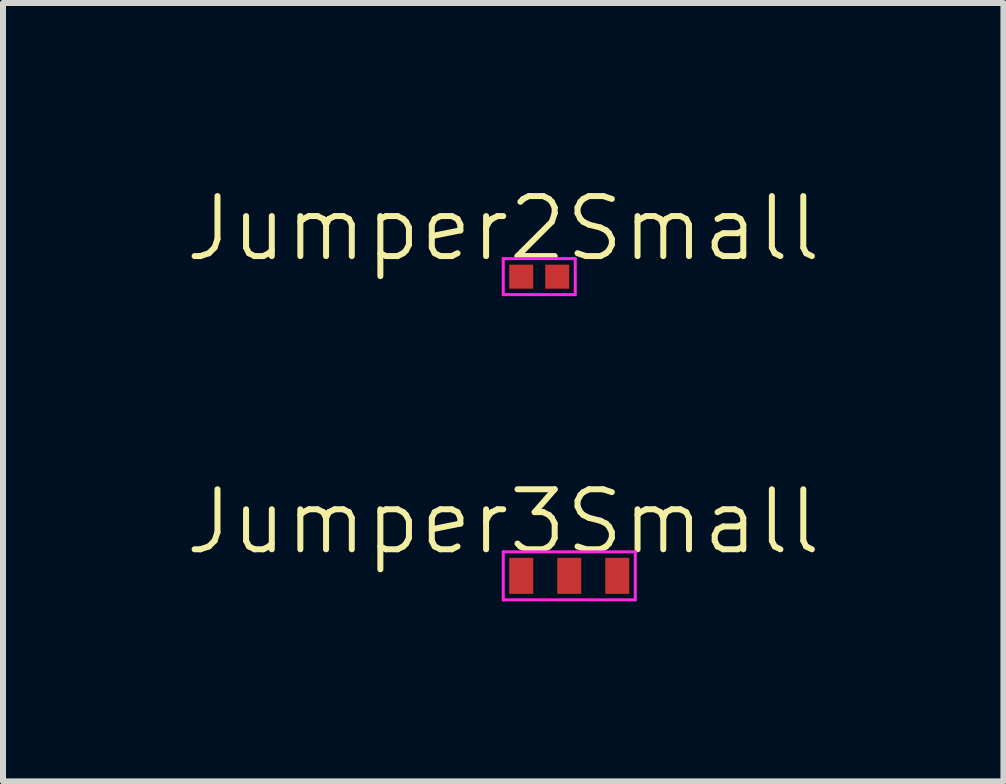
<source format=kicad_pcb>
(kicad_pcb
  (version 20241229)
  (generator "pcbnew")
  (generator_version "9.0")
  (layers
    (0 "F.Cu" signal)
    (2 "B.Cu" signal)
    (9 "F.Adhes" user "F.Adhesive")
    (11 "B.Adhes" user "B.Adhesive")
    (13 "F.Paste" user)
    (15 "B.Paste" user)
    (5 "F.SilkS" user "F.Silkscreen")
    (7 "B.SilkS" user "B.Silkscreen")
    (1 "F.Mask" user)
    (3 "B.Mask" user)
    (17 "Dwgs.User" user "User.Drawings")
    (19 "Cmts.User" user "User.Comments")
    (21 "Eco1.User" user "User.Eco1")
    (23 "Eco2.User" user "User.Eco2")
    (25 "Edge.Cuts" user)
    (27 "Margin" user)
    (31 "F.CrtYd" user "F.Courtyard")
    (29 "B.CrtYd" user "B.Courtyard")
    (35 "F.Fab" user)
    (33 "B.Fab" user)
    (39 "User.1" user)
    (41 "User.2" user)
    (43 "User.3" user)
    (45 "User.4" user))
  (footprint "Jumper2Small"
    (layer "F.Cu")
    (at 5.336 1.26)
    (property "Reference" "Jumper2Small" (at 0 -0.5 0) (unlocked yes) (layer "F.SilkS") (effects (font (size 1 1) (thickness 0.1))))
    (attr smd)
    (fp_rect (start 0.5 0.1) (end 0.7 0.5) (stroke (width 0) (type solid)) (fill yes) (layer "F.Mask"))
    (fp_line (start 0 0) (end 0 0.6) (stroke (width 0.05) (type solid)) (layer "F.CrtYd"))
    (fp_line (start 0 0) (end 1.2 0) (stroke (width 0.05) (type solid)) (layer "F.CrtYd"))
    (fp_line (start 1.2 0.6) (end 0 0.6) (stroke (width 0.05) (type solid)) (layer "F.CrtYd"))
    (fp_line (start 1.2 0.6) (end 1.2 0) (stroke (width 0.05) (type solid)) (layer "F.CrtYd"))
    (pad "1" smd rect (at 0.3 0.3) (size 0.4 0.4) (layers "F.Cu" "F.Mask"))
    (pad "2" smd rect (at 0.9 0.3) (size 0.4 0.4) (layers "F.Cu" "F.Mask")))
  (footprint "Jumper3Small"
    (layer "F.Cu")
    (at 5.336 6.146)
    (property "Reference" "Jumper3Small" (at 0 -0.5 0) (unlocked yes) (layer "F.SilkS") (effects (font (size 1 1) (thickness 0.1))))
    (attr smd)
    (fp_rect (start 0.5 0.1) (end 0.9 0.7) (stroke (width 0) (type solid)) (fill yes) (layer "F.Mask"))
    (fp_rect (start 1.3 0.1) (end 1.7 0.7) (stroke (width 0) (type solid)) (fill yes) (layer "F.Mask"))
    (fp_line (start 0 0) (end 0 0.8) (stroke (width 0.05) (type solid)) (layer "F.CrtYd"))
    (fp_line (start 0 0) (end 2.2 0) (stroke (width 0.05) (type solid)) (layer "F.CrtYd"))
    (fp_line (start 2.2 0.8) (end 0 0.8) (stroke (width 0.05) (type solid)) (layer "F.CrtYd"))
    (fp_line (start 2.2 0.8) (end 2.2 0) (stroke (width 0.05) (type solid)) (layer "F.CrtYd"))
    (pad "1" smd rect (at 0.3 0.4) (size 0.4 0.6) (layers "F.Cu" "F.Mask"))
    (pad "2" smd rect (at 1.1 0.4) (size 0.4 0.6) (layers "F.Cu" "F.Mask"))
    (pad "3" smd rect (at 1.9 0.4) (size 0.4 0.6) (layers "F.Cu" "F.Mask"))
    (zone (net_name "") (layer "F.Cu") (hatch edge 0.5) (connect_pads) (min_thickness 0.25) (filled_areas_thickness no) (keepout (tracks allowed) (vias allowed) (pads allowed) (copperpour not_allowed) (footprints allowed)) (placement (enabled no)) (fill) (polygon (pts (xy 5.436 6.246) (xy 7.436 6.246) (xy 7.436 6.846) (xy 5.436 6.846)))))
  (gr_rect
    (start -3 -3)
    (end 13.671 9.971)
    (stroke (width 0.1) (type default))
    (fill no)
    (layer "Edge.Cuts")))
</source>
